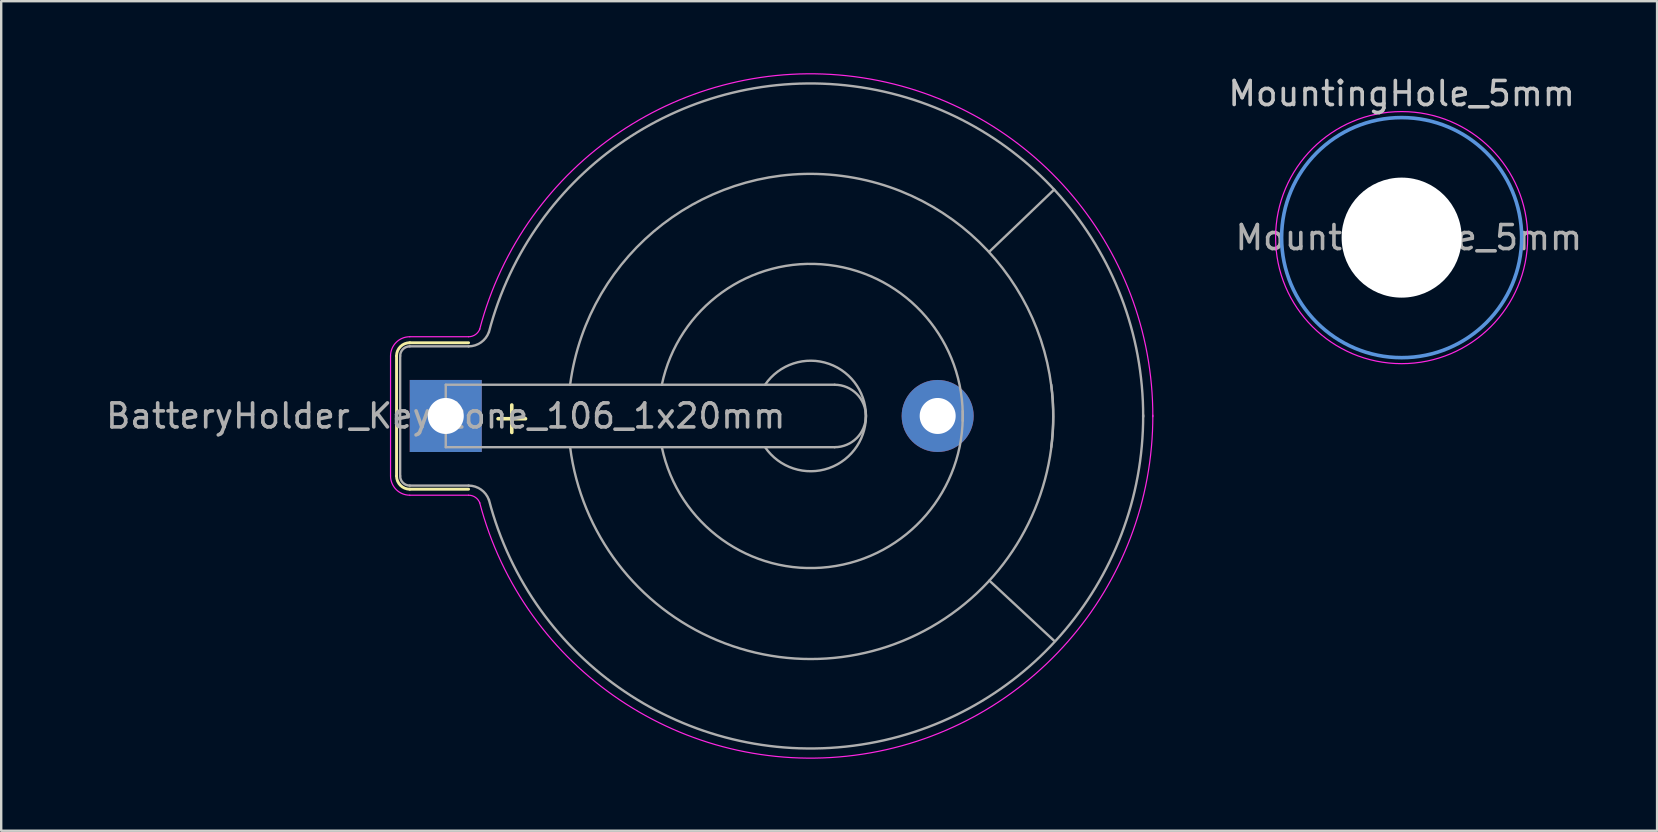
<source format=kicad_pcb>
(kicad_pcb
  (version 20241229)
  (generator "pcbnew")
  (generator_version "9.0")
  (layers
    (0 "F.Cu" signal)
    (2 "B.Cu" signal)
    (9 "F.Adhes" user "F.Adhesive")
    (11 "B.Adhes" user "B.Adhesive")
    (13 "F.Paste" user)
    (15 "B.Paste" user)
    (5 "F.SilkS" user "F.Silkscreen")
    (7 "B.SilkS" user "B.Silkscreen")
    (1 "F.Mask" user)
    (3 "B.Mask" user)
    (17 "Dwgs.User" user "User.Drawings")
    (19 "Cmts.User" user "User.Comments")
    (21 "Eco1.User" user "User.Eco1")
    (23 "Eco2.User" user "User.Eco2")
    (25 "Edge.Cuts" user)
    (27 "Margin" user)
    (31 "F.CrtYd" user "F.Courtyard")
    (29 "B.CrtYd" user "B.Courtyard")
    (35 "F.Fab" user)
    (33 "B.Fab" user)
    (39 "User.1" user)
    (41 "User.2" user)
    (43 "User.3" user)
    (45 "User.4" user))
  (footprint "BatteryHolder_Keystone_106_1x20mm"
    (layer "F.Cu")
    (at 15.518 14.277)
    (property "Reference" "BatteryHolder_Keystone_106_1x20mm" (at -1.25 -4.5 0) (layer "Eco1.User") (effects (font (size 1 1) (thickness 0.15))))
    (attr through_hole)
    (fp_line (start -2.05 -2.5) (end -2.05 2.5) (stroke (width 0.12) (type solid)) (layer "F.SilkS"))
    (fp_line (start -1.5 3.05) (end 0.95 3.05) (stroke (width 0.12) (type solid)) (layer "F.SilkS"))
    (fp_line (start 0.95 -3.05) (end -1.5 -3.05) (stroke (width 0.12) (type solid)) (layer "F.SilkS"))
    (fp_arc (start -2.05 -2.5) (mid -1.888909 -2.888909) (end -1.5 -3.05) (stroke (width 0.12) (type solid)) (layer "F.SilkS"))
    (fp_arc (start -1.5 3.05) (mid -1.888909 2.888909) (end -2.05 2.5) (stroke (width 0.12) (type solid)) (layer "F.SilkS"))
    (fp_arc (start 0.95 3.05) (mid 1.380182 3.185636) (end 1.654769 3.543485) (stroke (width 0.12) (type solid)) (layer "Eco1.User"))
    (fp_arc (start 1.65 -3.52) (mid 16.981862 -13.885887) (end 29.199738 0.015231) (stroke (width 0.12) (type solid)) (layer "Eco1.User"))
    (fp_arc (start 1.654769 -3.543485) (mid 1.380182 -3.185636) (end 0.95 -3.05) (stroke (width 0.12) (type solid)) (layer "Eco1.User"))
    (fp_arc (start 29.199738 -0.015231) (mid 16.981862 13.885887) (end 1.65 3.52) (stroke (width 0.12) (type solid)) (layer "Eco1.User"))
    (fp_line (start -2.3 -2.5) (end -2.3 2.5) (stroke (width 0.05) (type solid)) (layer "F.CrtYd"))
    (fp_line (start -1.5 3.3) (end 0.95 3.3) (stroke (width 0.05) (type solid)) (layer "F.CrtYd"))
    (fp_line (start 0.95 -3.3) (end -1.5 -3.3) (stroke (width 0.05) (type solid)) (layer "F.CrtYd"))
    (fp_arc (start -2.3 -2.5) (mid -2.065685 -3.065685) (end -1.5 -3.3) (stroke (width 0.05) (type solid)) (layer "F.CrtYd"))
    (fp_arc (start -1.5 3.3) (mid -2.065685 3.065685) (end -2.3 2.5) (stroke (width 0.05) (type solid)) (layer "F.CrtYd"))
    (fp_arc (start 0.95 3.3) (mid 1.236788 3.390424) (end 1.419846 3.62899) (stroke (width 0.05) (type solid)) (layer "F.CrtYd"))
    (fp_arc (start 1.41 -3.6) (mid 17.030934 -14.134065) (end 29.452124 0.032591) (stroke (width 0.05) (type solid)) (layer "F.CrtYd"))
    (fp_arc (start 1.419846 -3.62899) (mid 1.236788 -3.390424) (end 0.95 -3.3) (stroke (width 0.05) (type solid)) (layer "F.CrtYd"))
    (fp_arc (start 29.452124 -0.032591) (mid 17.030934 14.134065) (end 1.41 3.6) (stroke (width 0.05) (type solid)) (layer "F.CrtYd"))
    (fp_line (start -1.9 -2.5) (end -1.9 2.5) (stroke (width 0.1) (type solid)) (layer "F.Fab"))
    (fp_line (start -1.5 2.9) (end 0.95 2.9) (stroke (width 0.1) (type solid)) (layer "F.Fab"))
    (fp_line (start 0 -1.3) (end 0 1.3) (stroke (width 0.1) (type solid)) (layer "F.Fab"))
    (fp_line (start 0 1.3) (end 16.2 1.3) (stroke (width 0.1) (type solid)) (layer "F.Fab"))
    (fp_line (start 0.95 -2.9) (end -1.5 -2.9) (stroke (width 0.1) (type solid)) (layer "F.Fab"))
    (fp_line (start 16.2 -1.3) (end 0 -1.3) (stroke (width 0.1) (type solid)) (layer "F.Fab"))
    (fp_line (start 22.644 6.858) (end 25.35 9.373) (stroke (width 0.1) (type solid)) (layer "F.Fab"))
    (fp_line (start 22.657 -6.858) (end 25.342 -9.429) (stroke (width 0.1) (type solid)) (layer "F.Fab"))
    (fp_arc (start -1.9 -2.5) (mid -1.782843 -2.782843) (end -1.5 -2.9) (stroke (width 0.1) (type solid)) (layer "F.Fab"))
    (fp_arc (start -1.5 2.9) (mid -1.782843 2.782843) (end -1.9 2.5) (stroke (width 0.1) (type solid)) (layer "F.Fab"))
    (fp_arc (start 0.95 2.9) (mid 1.466219 3.062763) (end 1.795723 3.492182) (stroke (width 0.1) (type solid)) (layer "F.Fab"))
    (fp_arc (start 1.795723 -3.492182) (mid 1.466219 -3.062763) (end 0.95 -2.9) (stroke (width 0.1) (type solid)) (layer "F.Fab"))
    (fp_arc (start 1.8 -3.5) (mid 16.980951 -13.734563) (end 29.049508 0.033425) (stroke (width 0.1) (type solid)) (layer "F.Fab"))
    (fp_arc (start 5.18 -1.3) (mid 16.5 -10.02) (end 25.22 1.3) (stroke (width 0.1) (type solid)) (layer "F.Fab"))
    (fp_arc (start 9 -1.3) (mid 15.954687 -6.28971) (end 21.531551 0.203631) (stroke (width 0.1) (type solid)) (layer "F.Fab"))
    (fp_arc (start 13.3 -1.3) (mid 15.963947 -2.171724) (end 17.495448 0.175833) (stroke (width 0.1) (type solid)) (layer "F.Fab"))
    (fp_arc (start 16.2 -1.3) (mid 17.5 0) (end 16.2 1.3) (stroke (width 0.1) (type solid)) (layer "F.Fab"))
    (fp_arc (start 17.495448 -0.175833) (mid 15.963947 2.171724) (end 13.3 1.3) (stroke (width 0.1) (type solid)) (layer "F.Fab"))
    (fp_arc (start 21.531551 -0.203631) (mid 15.954687 6.28971) (end 9 1.3) (stroke (width 0.1) (type solid)) (layer "F.Fab"))
    (fp_arc (start 25.22 -1.3) (mid 16.5 10.02) (end 5.18 1.3) (stroke (width 0.1) (type solid)) (layer "F.Fab"))
    (fp_arc (start 29.049508 -0.033425) (mid 16.980951 13.734562) (end 1.8 3.5) (stroke (width 0.1) (type solid)) (layer "F.Fab"))
    (fp_text user "+" (at 2.75 0 0) (layer "F.SilkS") (effects (font (size 1.5 1.5) (thickness 0.15))))
    (fp_text user "${REFERENCE}" (at 0 0 0) (layer "F.Fab") (effects (font (size 1 1) (thickness 0.15))))
    (pad "1" thru_hole rect (at 0 0) (size 3 3) (drill 1.5) (layers "*.Cu" "*.Mask"))
    (pad "2" thru_hole circle (at 20.49 0) (size 3 3) (drill 1.5) (layers "*.Cu" "*.Mask")))
  (footprint "MountingHole_5mm"
    (layer "F.Cu")
    (at 55.334 6.848)
    (property "Reference" "MountingHole_5mm" (at 0 -6 0) (layer "Dwgs.User") (effects (font (size 1 1) (thickness 0.15))))
    (attr exclude_from_pos_files exclude_from_bom)
    (fp_circle (center 0 0) (end 5 0) (stroke (width 0.15) (type solid)) (fill no) (layer "Cmts.User"))
    (fp_circle (center 0 0) (end 5.25 0) (stroke (width 0.05) (type solid)) (fill no) (layer "F.CrtYd"))
    (fp_text user "${REFERENCE}" (at 0.3 0 0) (layer "F.Fab") (effects (font (size 1 1) (thickness 0.15))))
    (pad "" np_thru_hole circle (at 0 0) (size 5 5) (drill 5) (layers "*.Cu" "*.Mask")))
  (gr_rect
    (start -3 -3)
    (end 65.974 31.554)
    (stroke (width 0.1) (type default))
    (fill no)
    (layer "Edge.Cuts")))
</source>
